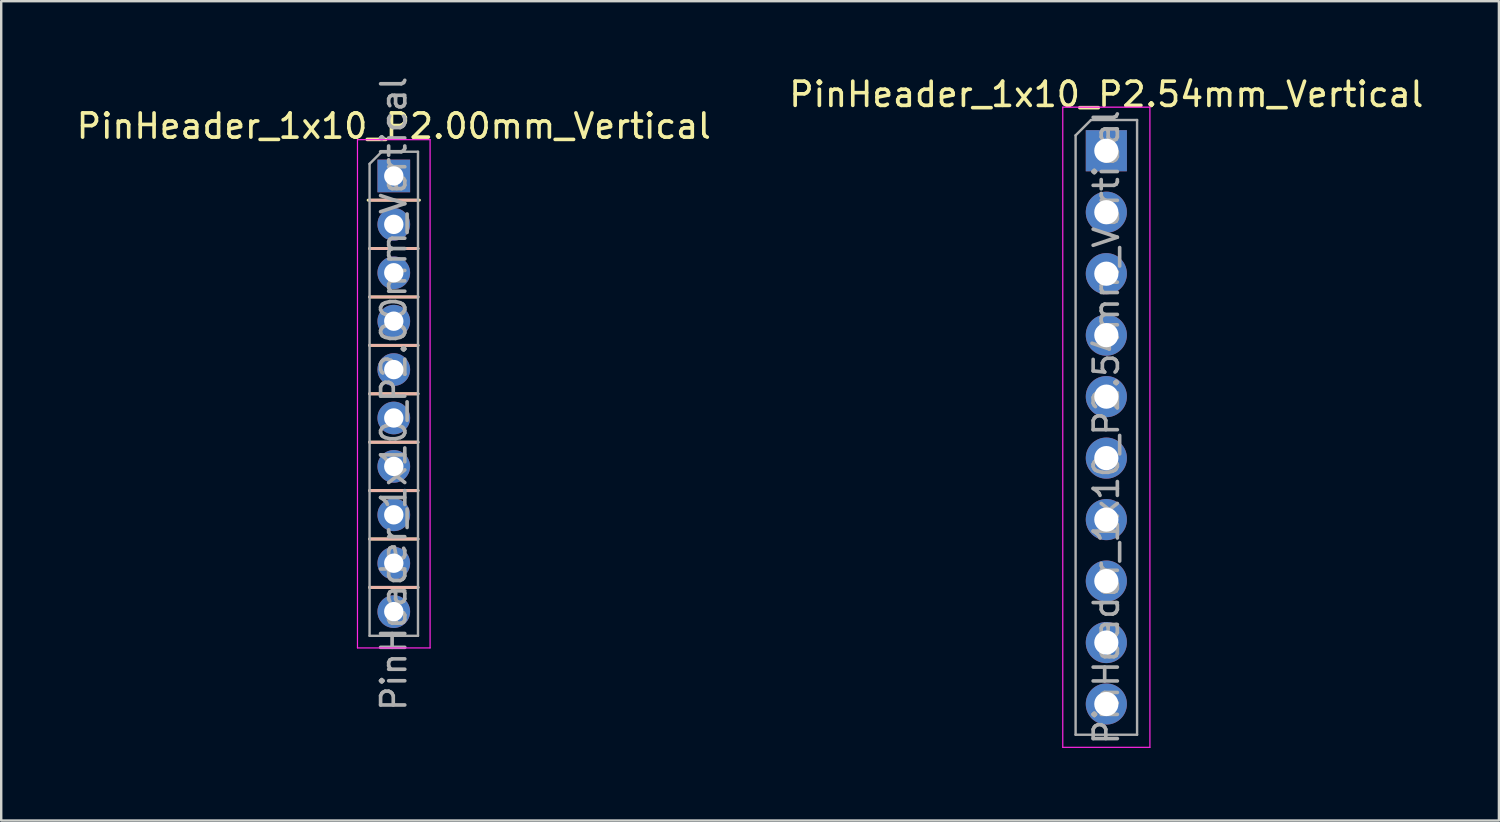
<source format=kicad_pcb>
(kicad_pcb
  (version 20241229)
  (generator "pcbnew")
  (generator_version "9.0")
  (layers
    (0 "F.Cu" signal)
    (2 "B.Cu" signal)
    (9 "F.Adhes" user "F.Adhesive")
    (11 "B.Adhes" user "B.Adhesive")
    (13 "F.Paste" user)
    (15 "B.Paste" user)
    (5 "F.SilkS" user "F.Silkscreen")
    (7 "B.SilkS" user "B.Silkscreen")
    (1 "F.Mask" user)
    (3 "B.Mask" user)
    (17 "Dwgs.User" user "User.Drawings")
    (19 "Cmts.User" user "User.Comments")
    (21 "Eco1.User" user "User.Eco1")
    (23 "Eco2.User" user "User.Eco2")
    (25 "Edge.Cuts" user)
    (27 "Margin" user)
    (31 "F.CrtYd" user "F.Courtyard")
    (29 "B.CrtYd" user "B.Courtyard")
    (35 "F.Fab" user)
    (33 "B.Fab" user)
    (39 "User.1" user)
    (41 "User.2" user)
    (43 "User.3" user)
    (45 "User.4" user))
  (footprint "PinHeader_1x10_P2.54mm_Vertical"
    (layer "F.Cu")
    (at 42.661 3.178)
    (property "Reference" "PinHeader_1x10_P2.54mm_Vertical" (at 0 -2.33 0) (layer "F.SilkS") (effects (font (size 1 1) (thickness 0.15))))
    (attr through_hole)
    (fp_line (start -1.8 -1.8) (end -1.8 24.65) (stroke (width 0.05) (type solid)) (layer "F.CrtYd"))
    (fp_line (start -1.8 24.65) (end 1.8 24.65) (stroke (width 0.05) (type solid)) (layer "F.CrtYd"))
    (fp_line (start 1.8 -1.8) (end -1.8 -1.8) (stroke (width 0.05) (type solid)) (layer "F.CrtYd"))
    (fp_line (start 1.8 24.65) (end 1.8 -1.8) (stroke (width 0.05) (type solid)) (layer "F.CrtYd"))
    (fp_line (start -1.27 -0.635) (end -0.635 -1.27) (stroke (width 0.1) (type solid)) (layer "F.Fab"))
    (fp_line (start -1.27 24.13) (end -1.27 -0.635) (stroke (width 0.1) (type solid)) (layer "F.Fab"))
    (fp_line (start -0.635 -1.27) (end 1.27 -1.27) (stroke (width 0.1) (type solid)) (layer "F.Fab"))
    (fp_line (start 1.27 -1.27) (end 1.27 24.13) (stroke (width 0.1) (type solid)) (layer "F.Fab"))
    (fp_line (start 1.27 24.13) (end -1.27 24.13) (stroke (width 0.1) (type solid)) (layer "F.Fab"))
    (fp_text user "${REFERENCE}" (at 0 11.43 270) (layer "F.Fab") (effects (font (size 1 1) (thickness 0.15))))
    (pad "1" thru_hole rect (at 0 0) (size 1.7 1.7) (drill 1) (layers "*.Cu" "*.Mask"))
    (pad "2" thru_hole oval (at 0 2.54) (size 1.7 1.7) (drill 1) (layers "*.Cu" "*.Mask"))
    (pad "3" thru_hole oval (at 0 5.08) (size 1.7 1.7) (drill 1) (layers "*.Cu" "*.Mask"))
    (pad "4" thru_hole oval (at 0 7.62) (size 1.7 1.7) (drill 1) (layers "*.Cu" "*.Mask"))
    (pad "5" thru_hole oval (at 0 10.16) (size 1.7 1.7) (drill 1) (layers "*.Cu" "*.Mask"))
    (pad "6" thru_hole oval (at 0 12.7) (size 1.7 1.7) (drill 1) (layers "*.Cu" "*.Mask"))
    (pad "7" thru_hole oval (at 0 15.24) (size 1.7 1.7) (drill 1) (layers "*.Cu" "*.Mask"))
    (pad "8" thru_hole oval (at 0 17.78) (size 1.7 1.7) (drill 1) (layers "*.Cu" "*.Mask"))
    (pad "9" thru_hole oval (at 0 20.32) (size 1.7 1.7) (drill 1) (layers "*.Cu" "*.Mask"))
    (pad "10" thru_hole oval (at 0 22.86) (size 1.7 1.7) (drill 1) (layers "*.Cu" "*.Mask")))
  (footprint "PinHeader_1x10_P2.00mm_Vertical"
    (layer "F.Cu")
    (at 13.22 4.22)
    (property "Reference" "PinHeader_1x10_P2.00mm_Vertical" (at 0 -2.06 0) (layer "F.SilkS") (effects (font (size 1 1) (thickness 0.15))))
    (attr through_hole)
    (fp_line (start -1.06 1) (end 1.06 1) (stroke (width 0.12) (type solid)) (layer "F.SilkS"))
    (fp_line (start -1 3) (end 1 3) (stroke (width 0.12) (type solid)) (layer "F.SilkS"))
    (fp_line (start -1 5) (end 1 5) (stroke (width 0.12) (type solid)) (layer "F.SilkS"))
    (fp_line (start -1 7) (end 1 7) (stroke (width 0.12) (type solid)) (layer "F.SilkS"))
    (fp_line (start -1 9) (end 1 9) (stroke (width 0.12) (type solid)) (layer "F.SilkS"))
    (fp_line (start -1 11) (end 1 11) (stroke (width 0.12) (type solid)) (layer "F.SilkS"))
    (fp_line (start -1 13) (end 1 13) (stroke (width 0.12) (type solid)) (layer "F.SilkS"))
    (fp_line (start -1 15) (end 1 15) (stroke (width 0.12) (type solid)) (layer "F.SilkS"))
    (fp_line (start -1 17) (end 1 17) (stroke (width 0.12) (type solid)) (layer "F.SilkS"))
    (fp_line (start -1 1) (end 1 1) (stroke (width 0.12) (type solid)) (layer "B.SilkS"))
    (fp_line (start -1 3) (end 1 3) (stroke (width 0.12) (type solid)) (layer "B.SilkS"))
    (fp_line (start -1 5) (end 1 5) (stroke (width 0.12) (type solid)) (layer "B.SilkS"))
    (fp_line (start -1 7) (end 1 7) (stroke (width 0.12) (type solid)) (layer "B.SilkS"))
    (fp_line (start -1 9) (end 1 9) (stroke (width 0.12) (type solid)) (layer "B.SilkS"))
    (fp_line (start -1 11) (end 1 11) (stroke (width 0.12) (type solid)) (layer "B.SilkS"))
    (fp_line (start -1 13) (end 1 13) (stroke (width 0.12) (type solid)) (layer "B.SilkS"))
    (fp_line (start -1 15) (end 1 15) (stroke (width 0.12) (type solid)) (layer "B.SilkS"))
    (fp_line (start -1 17) (end 1 17) (stroke (width 0.12) (type solid)) (layer "B.SilkS"))
    (fp_line (start -1.5 -1.5) (end -1.5 19.5) (stroke (width 0.05) (type solid)) (layer "F.CrtYd"))
    (fp_line (start -1.5 19.5) (end 1.5 19.5) (stroke (width 0.05) (type solid)) (layer "F.CrtYd"))
    (fp_line (start 1.5 -1.5) (end -1.5 -1.5) (stroke (width 0.05) (type solid)) (layer "F.CrtYd"))
    (fp_line (start 1.5 19.5) (end 1.5 -1.5) (stroke (width 0.05) (type solid)) (layer "F.CrtYd"))
    (fp_line (start -1 -0.5) (end -0.5 -1) (stroke (width 0.1) (type solid)) (layer "F.Fab"))
    (fp_line (start -1 19) (end -1 -0.5) (stroke (width 0.1) (type solid)) (layer "F.Fab"))
    (fp_line (start -0.5 -1) (end 1 -1) (stroke (width 0.1) (type solid)) (layer "F.Fab"))
    (fp_line (start 1 -1) (end 1 19) (stroke (width 0.1) (type solid)) (layer "F.Fab"))
    (fp_line (start 1 19) (end -1 19) (stroke (width 0.1) (type solid)) (layer "F.Fab"))
    (fp_text user "${REFERENCE}" (at 0 9 270) (layer "F.Fab") (effects (font (size 1 1) (thickness 0.15))))
    (pad "1" thru_hole rect (at 0 0) (size 1.35 1.35) (drill 0.8) (layers "*.Cu" "*.Mask"))
    (pad "2" thru_hole oval (at 0 2) (size 1.35 1.35) (drill 0.8) (layers "*.Cu" "*.Mask"))
    (pad "3" thru_hole oval (at 0 4) (size 1.35 1.35) (drill 0.8) (layers "*.Cu" "*.Mask"))
    (pad "4" thru_hole oval (at 0 6) (size 1.35 1.35) (drill 0.8) (layers "*.Cu" "*.Mask"))
    (pad "5" thru_hole oval (at 0 8) (size 1.35 1.35) (drill 0.8) (layers "*.Cu" "*.Mask"))
    (pad "6" thru_hole oval (at 0 10) (size 1.35 1.35) (drill 0.8) (layers "*.Cu" "*.Mask"))
    (pad "7" thru_hole oval (at 0 12) (size 1.35 1.35) (drill 0.8) (layers "*.Cu" "*.Mask"))
    (pad "8" thru_hole oval (at 0 14) (size 1.35 1.35) (drill 0.8) (layers "*.Cu" "*.Mask"))
    (pad "9" thru_hole oval (at 0 16) (size 1.35 1.35) (drill 0.8) (layers "*.Cu" "*.Mask"))
    (pad "10" thru_hole oval (at 0 18) (size 1.35 1.35) (drill 0.8) (layers "*.Cu" "*.Mask")))
  (gr_rect
    (start -3 -3)
    (end 58.881 30.853)
    (stroke (width 0.1) (type default))
    (fill no)
    (layer "Edge.Cuts")))
</source>
